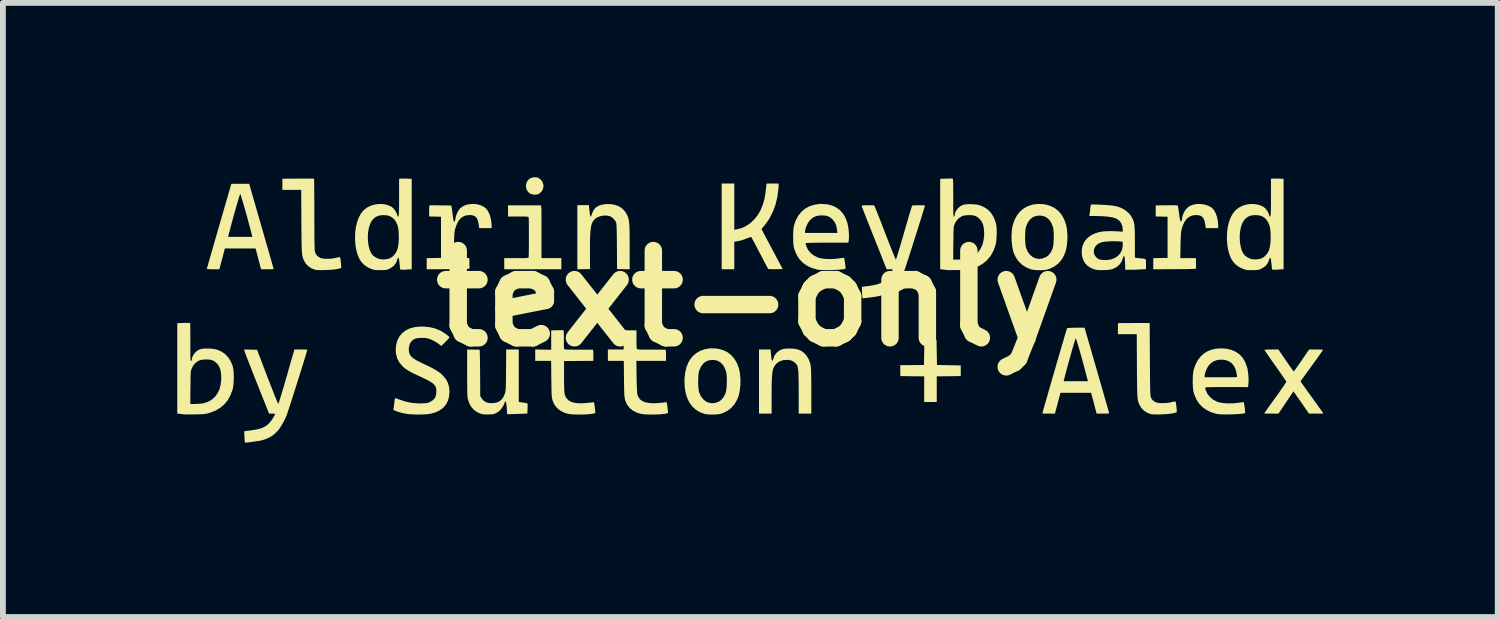
<source format=kicad_pcb>
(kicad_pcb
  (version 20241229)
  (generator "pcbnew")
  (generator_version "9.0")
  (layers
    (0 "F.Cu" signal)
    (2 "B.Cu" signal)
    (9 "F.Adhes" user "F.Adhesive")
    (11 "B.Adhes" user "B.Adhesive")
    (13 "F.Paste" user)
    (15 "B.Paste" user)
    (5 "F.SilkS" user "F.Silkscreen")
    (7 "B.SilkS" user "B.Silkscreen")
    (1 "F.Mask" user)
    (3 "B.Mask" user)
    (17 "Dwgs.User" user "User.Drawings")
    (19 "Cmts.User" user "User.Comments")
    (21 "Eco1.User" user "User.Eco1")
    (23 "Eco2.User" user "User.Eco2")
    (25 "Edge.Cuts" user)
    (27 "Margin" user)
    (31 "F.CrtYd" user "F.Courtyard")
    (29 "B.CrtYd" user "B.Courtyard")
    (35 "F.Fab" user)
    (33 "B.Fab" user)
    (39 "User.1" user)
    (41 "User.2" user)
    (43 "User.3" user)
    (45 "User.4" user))
  (footprint "text-only"
    (layer "F.Cu")
    (at 9.833 2.083)
    (property "Reference" "text-only" (at 0 0 0) (layer "F.SilkS") (effects (font (size 1.5 1.5) (thickness 0.3))))
    (attr board_only exclude_from_pos_files exclude_from_bom)
    (fp_poly (pts (xy -3.646 -2.081) (xy -3.618 -2.072) (xy -3.578 -2.042) (xy -3.549 -2.002) (xy -3.535 -1.955) (xy -3.533 -1.933) (xy -3.541 -1.884) (xy -3.564 -1.841) (xy -3.599 -1.807) (xy -3.618 -1.795) (xy -3.651 -1.785) (xy -3.692 -1.784) (xy -3.733 -1.791) (xy -3.762 -1.802) (xy -3.798 -1.831) (xy -3.821 -1.868) (xy -3.833 -1.91) (xy -3.833 -1.955) (xy -3.822 -1.997) (xy -3.799 -2.034) (xy -3.764 -2.063) (xy -3.762 -2.064) (xy -3.727 -2.078) (xy -3.686 -2.083)) (stroke (width 0) (type solid)) (fill yes) (layer "F.SilkS"))
    (fp_poly (pts (xy 3.125 0.707) (xy 3.229 0.707) (xy 3.233 0.927) (xy 3.237 1.146) (xy 3.442 1.15) (xy 3.646 1.154) (xy 3.646 1.246) (xy 3.646 1.337) (xy 3.44 1.34) (xy 3.233 1.342) (xy 3.233 1.563) (xy 3.233 1.783) (xy 3.125 1.783) (xy 3.017 1.783) (xy 3.017 1.563) (xy 3.017 1.342) (xy 2.812 1.34) (xy 2.607 1.337) (xy 2.606 1.244) (xy 2.604 1.15) (xy 2.808 1.148) (xy 3.013 1.146) (xy 3.017 0.926) (xy 3.021 0.706)) (stroke (width 0) (type solid)) (fill yes) (layer "F.SilkS"))
    (fp_poly (pts (xy -3.868 -1.6) (xy -3.802 -1.6) (xy -3.74 -1.6) (xy -3.685 -1.6) (xy -3.64 -1.6) (xy -3.606 -1.6) (xy -3.585 -1.6) (xy -3.579 -1.6) (xy -3.576 -1.599) (xy -3.574 -1.593) (xy -3.572 -1.582) (xy -3.571 -1.565) (xy -3.569 -1.54) (xy -3.568 -1.506) (xy -3.568 -1.461) (xy -3.567 -1.405) (xy -3.567 -1.337) (xy -3.567 -1.254) (xy -3.567 -1.156) (xy -3.567 -1.146) (xy -3.567 -0.692) (xy -3.396 -0.692) (xy -3.225 -0.692) (xy -3.225 -0.596) (xy -3.225 -0.5) (xy -3.717 -0.5) (xy -4.208 -0.5) (xy -4.208 -0.596) (xy -4.208 -0.692) (xy -4.001 -0.692) (xy -3.936 -0.692) (xy -3.885 -0.692) (xy -3.848 -0.693) (xy -3.821 -0.694) (xy -3.804 -0.697) (xy -3.794 -0.699) (xy -3.789 -0.703) (xy -3.789 -0.704) (xy -3.787 -0.716) (xy -3.786 -0.741) (xy -3.786 -0.779) (xy -3.785 -0.827) (xy -3.784 -0.883) (xy -3.784 -0.945) (xy -3.784 -1.01) (xy -3.784 -1.077) (xy -3.784 -1.142) (xy -3.784 -1.205) (xy -3.785 -1.262) (xy -3.785 -1.312) (xy -3.786 -1.352) (xy -3.787 -1.38) (xy -3.788 -1.395) (xy -3.789 -1.396) (xy -3.792 -1.4) (xy -3.801 -1.403) (xy -3.817 -1.406) (xy -3.843 -1.407) (xy -3.88 -1.408) (xy -3.93 -1.408) (xy -3.968 -1.408) (xy -4.142 -1.408) (xy -4.142 -1.479) (xy -4.143 -1.515) (xy -4.143 -1.548) (xy -4.144 -1.572) (xy -4.144 -1.575) (xy -4.145 -1.6)) (stroke (width 0) (type solid)) (fill yes) (layer "F.SilkS"))
    (fp_poly (pts (xy -2.371 -1.621) (xy -2.296 -1.607) (xy -2.229 -1.58) (xy -2.171 -1.54) (xy -2.125 -1.488) (xy -2.094 -1.436) (xy -2.085 -1.414) (xy -2.076 -1.391) (xy -2.07 -1.367) (xy -2.064 -1.34) (xy -2.06 -1.307) (xy -2.056 -1.268) (xy -2.054 -1.222) (xy -2.052 -1.165) (xy -2.051 -1.097) (xy -2.05 -1.016) (xy -2.05 -0.921) (xy -2.05 -0.882) (xy -2.05 -0.5) (xy -2.158 -0.502) (xy -2.267 -0.504) (xy -2.269 -0.887) (xy -2.27 -0.986) (xy -2.271 -1.068) (xy -2.272 -1.136) (xy -2.274 -1.191) (xy -2.275 -1.234) (xy -2.277 -1.266) (xy -2.28 -1.289) (xy -2.282 -1.303) (xy -2.283 -1.304) (xy -2.3 -1.338) (xy -2.328 -1.371) (xy -2.36 -1.398) (xy -2.393 -1.415) (xy -2.396 -1.416) (xy -2.452 -1.425) (xy -2.51 -1.423) (xy -2.566 -1.411) (xy -2.615 -1.389) (xy -2.642 -1.37) (xy -2.662 -1.35) (xy -2.678 -1.329) (xy -2.693 -1.304) (xy -2.704 -1.275) (xy -2.713 -1.24) (xy -2.72 -1.197) (xy -2.726 -1.146) (xy -2.729 -1.084) (xy -2.732 -1.01) (xy -2.733 -0.922) (xy -2.733 -0.82) (xy -2.733 -0.792) (xy -2.732 -0.504) (xy -2.841 -0.502) (xy -2.95 -0.5) (xy -2.95 -1.052) (xy -2.95 -1.604) (xy -2.85 -1.604) (xy -2.751 -1.604) (xy -2.746 -1.55) (xy -2.74 -1.493) (xy -2.735 -1.451) (xy -2.73 -1.423) (xy -2.725 -1.408) (xy -2.722 -1.405) (xy -2.716 -1.412) (xy -2.707 -1.431) (xy -2.697 -1.458) (xy -2.696 -1.462) (xy -2.672 -1.516) (xy -2.638 -1.558) (xy -2.592 -1.589) (xy -2.535 -1.61) (xy -2.465 -1.621) (xy -2.454 -1.622)) (stroke (width 0) (type solid)) (fill yes) (layer "F.SilkS"))
    (fp_poly (pts (xy 0.436 -1.976) (xy 0.469 -1.976) (xy 0.495 -1.975) (xy 0.51 -1.974) (xy 0.512 -1.974) (xy 0.513 -1.964) (xy 0.513 -1.942) (xy 0.511 -1.909) (xy 0.508 -1.87) (xy 0.507 -1.866) (xy 0.489 -1.733) (xy 0.457 -1.606) (xy 0.412 -1.486) (xy 0.355 -1.375) (xy 0.286 -1.275) (xy 0.268 -1.253) (xy 0.217 -1.193) (xy 0.4 -0.848) (xy 0.583 -0.504) (xy 0.461 -0.502) (xy 0.417 -0.501) (xy 0.38 -0.502) (xy 0.351 -0.503) (xy 0.335 -0.505) (xy 0.333 -0.506) (xy 0.328 -0.515) (xy 0.316 -0.536) (xy 0.298 -0.57) (xy 0.275 -0.613) (xy 0.249 -0.663) (xy 0.219 -0.721) (xy 0.187 -0.781) (xy 0.155 -0.843) (xy 0.125 -0.9) (xy 0.099 -0.951) (xy 0.076 -0.993) (xy 0.058 -1.026) (xy 0.046 -1.047) (xy 0.04 -1.055) (xy 0.03 -1.054) (xy 0.008 -1.047) (xy -0.021 -1.037) (xy -0.036 -1.031) (xy -0.088 -1.011) (xy -0.137 -0.996) (xy -0.191 -0.984) (xy -0.219 -0.979) (xy -0.25 -0.974) (xy -0.25 -0.737) (xy -0.25 -0.5) (xy -0.358 -0.5) (xy -0.467 -0.5) (xy -0.467 -1.238) (xy -0.467 -1.975) (xy -0.358 -1.975) (xy -0.25 -1.975) (xy -0.25 -1.578) (xy -0.25 -1.181) (xy -0.211 -1.187) (xy -0.127 -1.208) (xy -0.048 -1.244) (xy 0.026 -1.294) (xy 0.093 -1.358) (xy 0.153 -1.433) (xy 0.203 -1.519) (xy 0.221 -1.56) (xy 0.249 -1.638) (xy 0.272 -1.727) (xy 0.288 -1.822) (xy 0.293 -1.866) (xy 0.297 -1.906) (xy 0.3 -1.939) (xy 0.303 -1.963) (xy 0.305 -1.973) (xy 0.305 -1.973) (xy 0.313 -1.975) (xy 0.335 -1.976) (xy 0.365 -1.976) (xy 0.4 -1.976)) (stroke (width 0) (type solid)) (fill yes) (layer "F.SilkS"))
    (fp_poly (pts (xy 0.708 0.863) (xy 0.782 0.867) (xy 0.843 0.879) (xy 0.895 0.9) (xy 0.941 0.931) (xy 0.983 0.974) (xy 0.988 0.98) (xy 1.027 1.042) (xy 1.055 1.115) (xy 1.066 1.168) (xy 1.068 1.189) (xy 1.07 1.224) (xy 1.072 1.272) (xy 1.073 1.332) (xy 1.074 1.401) (xy 1.075 1.479) (xy 1.075 1.562) (xy 1.075 1.602) (xy 1.075 1.983) (xy 0.967 1.983) (xy 0.858 1.983) (xy 0.858 1.648) (xy 0.858 1.547) (xy 0.857 1.46) (xy 0.856 1.388) (xy 0.855 1.328) (xy 0.853 1.279) (xy 0.85 1.24) (xy 0.846 1.208) (xy 0.841 1.183) (xy 0.835 1.163) (xy 0.827 1.147) (xy 0.817 1.133) (xy 0.806 1.12) (xy 0.797 1.112) (xy 0.763 1.084) (xy 0.724 1.067) (xy 0.676 1.059) (xy 0.649 1.058) (xy 0.583 1.065) (xy 0.526 1.086) (xy 0.478 1.119) (xy 0.441 1.166) (xy 0.429 1.188) (xy 0.42 1.209) (xy 0.413 1.234) (xy 0.407 1.264) (xy 0.402 1.3) (xy 0.399 1.344) (xy 0.396 1.397) (xy 0.394 1.462) (xy 0.393 1.54) (xy 0.392 1.632) (xy 0.392 1.69) (xy 0.392 1.983) (xy 0.283 1.983) (xy 0.175 1.983) (xy 0.175 1.431) (xy 0.175 0.879) (xy 0.274 0.879) (xy 0.374 0.879) (xy 0.378 0.925) (xy 0.382 0.96) (xy 0.386 1.001) (xy 0.388 1.023) (xy 0.393 1.054) (xy 0.399 1.072) (xy 0.404 1.075) (xy 0.411 1.068) (xy 0.42 1.048) (xy 0.428 1.023) (xy 0.44 0.988) (xy 0.457 0.961) (xy 0.482 0.933) (xy 0.483 0.932) (xy 0.516 0.905) (xy 0.55 0.885) (xy 0.589 0.872) (xy 0.637 0.865) (xy 0.697 0.863)) (stroke (width 0) (type solid)) (fill yes) (layer "F.SilkS"))
    (fp_poly (pts (xy 6.9 1.051) (xy 6.901 1.17) (xy 6.902 1.273) (xy 6.902 1.362) (xy 6.903 1.437) (xy 6.904 1.501) (xy 6.905 1.553) (xy 6.906 1.596) (xy 6.908 1.629) (xy 6.909 1.656) (xy 6.911 1.675) (xy 6.913 1.69) (xy 6.915 1.7) (xy 6.917 1.707) (xy 6.918 1.708) (xy 6.944 1.748) (xy 6.982 1.778) (xy 7.004 1.789) (xy 7.036 1.797) (xy 7.079 1.802) (xy 7.13 1.803) (xy 7.184 1.8) (xy 7.236 1.794) (xy 7.275 1.785) (xy 7.305 1.778) (xy 7.329 1.775) (xy 7.341 1.775) (xy 7.342 1.776) (xy 7.346 1.789) (xy 7.35 1.813) (xy 7.354 1.844) (xy 7.358 1.878) (xy 7.361 1.911) (xy 7.362 1.938) (xy 7.362 1.955) (xy 7.361 1.959) (xy 7.35 1.964) (xy 7.327 1.97) (xy 7.297 1.978) (xy 7.292 1.979) (xy 7.26 1.984) (xy 7.217 1.989) (xy 7.166 1.993) (xy 7.112 1.995) (xy 7.058 1.997) (xy 7.007 1.997) (xy 6.963 1.996) (xy 6.929 1.994) (xy 6.915 1.991) (xy 6.855 1.969) (xy 6.801 1.934) (xy 6.756 1.89) (xy 6.725 1.839) (xy 6.724 1.838) (xy 6.716 1.819) (xy 6.708 1.801) (xy 6.702 1.783) (xy 6.697 1.765) (xy 6.692 1.744) (xy 6.689 1.72) (xy 6.686 1.69) (xy 6.684 1.654) (xy 6.682 1.61) (xy 6.681 1.557) (xy 6.68 1.493) (xy 6.679 1.418) (xy 6.678 1.329) (xy 6.677 1.226) (xy 6.677 1.16) (xy 6.674 0.617) (xy 6.512 0.617) (xy 6.35 0.617) (xy 6.35 0.521) (xy 6.35 0.479) (xy 6.351 0.452) (xy 6.353 0.435) (xy 6.357 0.427) (xy 6.363 0.425) (xy 6.365 0.425) (xy 6.376 0.425) (xy 6.403 0.425) (xy 6.441 0.425) (xy 6.49 0.425) (xy 6.547 0.425) (xy 6.609 0.424) (xy 6.638 0.424) (xy 6.896 0.424)) (stroke (width 0) (type solid)) (fill yes) (layer "F.SilkS"))
    (fp_poly (pts (xy -0.577 0.861) (xy -0.513 0.87) (xy -0.433 0.894) (xy -0.36 0.931) (xy -0.297 0.982) (xy -0.244 1.046) (xy -0.201 1.121) (xy -0.17 1.207) (xy -0.166 1.221) (xy -0.151 1.302) (xy -0.144 1.392) (xy -0.145 1.486) (xy -0.154 1.576) (xy -0.17 1.659) (xy -0.172 1.667) (xy -0.204 1.749) (xy -0.247 1.822) (xy -0.302 1.885) (xy -0.368 1.935) (xy -0.442 1.972) (xy -0.489 1.988) (xy -0.527 1.994) (xy -0.575 1.998) (xy -0.629 1.999) (xy -0.682 1.998) (xy -0.73 1.994) (xy -0.764 1.987) (xy -0.844 1.958) (xy -0.913 1.915) (xy -0.973 1.86) (xy -1.022 1.793) (xy -1.06 1.715) (xy -1.087 1.626) (xy -1.103 1.527) (xy -1.106 1.447) (xy -0.872 1.447) (xy -0.87 1.501) (xy -0.866 1.551) (xy -0.861 1.592) (xy -0.855 1.617) (xy -0.826 1.681) (xy -0.788 1.733) (xy -0.743 1.771) (xy -0.692 1.795) (xy -0.637 1.805) (xy -0.578 1.799) (xy -0.518 1.777) (xy -0.517 1.777) (xy -0.474 1.746) (xy -0.436 1.702) (xy -0.407 1.646) (xy -0.395 1.613) (xy -0.388 1.58) (xy -0.383 1.534) (xy -0.38 1.481) (xy -0.378 1.424) (xy -0.379 1.369) (xy -0.382 1.319) (xy -0.387 1.278) (xy -0.391 1.262) (xy -0.417 1.193) (xy -0.451 1.138) (xy -0.494 1.098) (xy -0.545 1.071) (xy -0.604 1.059) (xy -0.625 1.059) (xy -0.687 1.066) (xy -0.741 1.088) (xy -0.786 1.124) (xy -0.823 1.174) (xy -0.852 1.239) (xy -0.859 1.262) (xy -0.865 1.295) (xy -0.869 1.339) (xy -0.871 1.391) (xy -0.872 1.447) (xy -1.106 1.447) (xy -1.107 1.418) (xy -1.106 1.379) (xy -1.095 1.276) (xy -1.073 1.184) (xy -1.041 1.104) (xy -0.998 1.034) (xy -0.966 0.996) (xy -0.904 0.942) (xy -0.833 0.901) (xy -0.754 0.874) (xy -0.668 0.86)) (stroke (width 0) (type solid)) (fill yes) (layer "F.SilkS"))
    (fp_poly (pts (xy -7.525 -2.06) (xy -7.506 -2.06) (xy -7.493 -2.06) (xy -7.485 -2.06) (xy -7.481 -2.059) (xy -7.48 -2.051) (xy -7.479 -2.027) (xy -7.478 -1.99) (xy -7.478 -1.939) (xy -7.477 -1.877) (xy -7.476 -1.806) (xy -7.476 -1.725) (xy -7.475 -1.637) (xy -7.475 -1.542) (xy -7.475 -1.455) (xy -7.475 -1.318) (xy -7.474 -1.198) (xy -7.474 -1.094) (xy -7.473 -1.006) (xy -7.472 -0.934) (xy -7.47 -0.879) (xy -7.469 -0.839) (xy -7.467 -0.814) (xy -7.466 -0.808) (xy -7.448 -0.76) (xy -7.416 -0.723) (xy -7.373 -0.696) (xy -7.368 -0.694) (xy -7.331 -0.685) (xy -7.282 -0.68) (xy -7.227 -0.68) (xy -7.17 -0.685) (xy -7.116 -0.694) (xy -7.1 -0.698) (xy -7.069 -0.705) (xy -7.046 -0.709) (xy -7.033 -0.708) (xy -7.033 -0.707) (xy -7.029 -0.695) (xy -7.025 -0.671) (xy -7.021 -0.64) (xy -7.017 -0.605) (xy -7.015 -0.573) (xy -7.013 -0.545) (xy -7.013 -0.528) (xy -7.014 -0.524) (xy -7.025 -0.519) (xy -7.048 -0.513) (xy -7.078 -0.505) (xy -7.083 -0.504) (xy -7.115 -0.499) (xy -7.158 -0.494) (xy -7.209 -0.491) (xy -7.263 -0.488) (xy -7.317 -0.486) (xy -7.368 -0.486) (xy -7.412 -0.487) (xy -7.446 -0.489) (xy -7.46 -0.492) (xy -7.52 -0.514) (xy -7.574 -0.549) (xy -7.619 -0.593) (xy -7.65 -0.644) (xy -7.651 -0.645) (xy -7.659 -0.665) (xy -7.667 -0.682) (xy -7.673 -0.7) (xy -7.678 -0.718) (xy -7.683 -0.739) (xy -7.686 -0.764) (xy -7.689 -0.794) (xy -7.691 -0.83) (xy -7.693 -0.874) (xy -7.694 -0.927) (xy -7.695 -0.99) (xy -7.696 -1.066) (xy -7.697 -1.154) (xy -7.698 -1.257) (xy -7.698 -1.323) (xy -7.701 -1.867) (xy -7.863 -1.867) (xy -8.025 -1.867) (xy -8.025 -1.962) (xy -8.025 -2.058) (xy -7.777 -2.06) (xy -7.7 -2.06) (xy -7.638 -2.06) (xy -7.589 -2.06) (xy -7.552 -2.06)) (stroke (width 0) (type solid)) (fill yes) (layer "F.SilkS"))
    (fp_poly (pts (xy 5.06 -1.621) (xy 5.112 -1.613) (xy 5.192 -1.589) (xy 5.265 -1.552) (xy 5.328 -1.501) (xy 5.381 -1.438) (xy 5.424 -1.362) (xy 5.455 -1.276) (xy 5.459 -1.262) (xy 5.474 -1.181) (xy 5.481 -1.091) (xy 5.48 -0.998) (xy 5.471 -0.907) (xy 5.455 -0.825) (xy 5.453 -0.817) (xy 5.421 -0.734) (xy 5.378 -0.66) (xy 5.322 -0.598) (xy 5.257 -0.548) (xy 5.182 -0.511) (xy 5.136 -0.496) (xy 5.091 -0.488) (xy 5.036 -0.484) (xy 4.977 -0.484) (xy 4.921 -0.488) (xy 4.872 -0.495) (xy 4.854 -0.499) (xy 4.774 -0.531) (xy 4.704 -0.576) (xy 4.644 -0.633) (xy 4.595 -0.702) (xy 4.558 -0.782) (xy 4.547 -0.817) (xy 4.53 -0.898) (xy 4.521 -0.988) (xy 4.52 -1.037) (xy 4.753 -1.037) (xy 4.755 -0.982) (xy 4.759 -0.932) (xy 4.764 -0.891) (xy 4.77 -0.867) (xy 4.799 -0.802) (xy 4.837 -0.75) (xy 4.882 -0.712) (xy 4.933 -0.688) (xy 4.988 -0.679) (xy 5.047 -0.685) (xy 5.107 -0.707) (xy 5.108 -0.707) (xy 5.151 -0.737) (xy 5.189 -0.782) (xy 5.218 -0.837) (xy 5.23 -0.87) (xy 5.237 -0.904) (xy 5.242 -0.949) (xy 5.245 -1.002) (xy 5.247 -1.059) (xy 5.246 -1.114) (xy 5.243 -1.165) (xy 5.238 -1.205) (xy 5.234 -1.221) (xy 5.208 -1.29) (xy 5.174 -1.345) (xy 5.131 -1.386) (xy 5.08 -1.412) (xy 5.021 -1.424) (xy 5 -1.425) (xy 4.938 -1.417) (xy 4.884 -1.396) (xy 4.839 -1.359) (xy 4.802 -1.309) (xy 4.773 -1.244) (xy 4.766 -1.221) (xy 4.76 -1.188) (xy 4.756 -1.144) (xy 4.754 -1.092) (xy 4.753 -1.037) (xy 4.52 -1.037) (xy 4.519 -1.081) (xy 4.525 -1.172) (xy 4.539 -1.254) (xy 4.541 -1.262) (xy 4.572 -1.351) (xy 4.614 -1.429) (xy 4.666 -1.494) (xy 4.729 -1.547) (xy 4.8 -1.586) (xy 4.88 -1.612) (xy 4.967 -1.624)) (stroke (width 0) (type solid)) (fill yes) (layer "F.SilkS"))
    (fp_poly (pts (xy -8.386 -1.242) (xy -8.355 -1.135) (xy -8.326 -1.033) (xy -8.298 -0.936) (xy -8.272 -0.847) (xy -8.249 -0.765) (xy -8.228 -0.693) (xy -8.21 -0.63) (xy -8.196 -0.579) (xy -8.185 -0.541) (xy -8.178 -0.516) (xy -8.175 -0.506) (xy -8.175 -0.506) (xy -8.183 -0.504) (xy -8.204 -0.502) (xy -8.236 -0.501) (xy -8.275 -0.5) (xy -8.283 -0.5) (xy -8.391 -0.5) (xy -8.398 -0.527) (xy -8.403 -0.544) (xy -8.411 -0.573) (xy -8.421 -0.613) (xy -8.433 -0.659) (xy -8.446 -0.706) (xy -8.486 -0.858) (xy -8.75 -0.858) (xy -9.014 -0.858) (xy -9.054 -0.706) (xy -9.067 -0.656) (xy -9.08 -0.61) (xy -9.09 -0.571) (xy -9.098 -0.542) (xy -9.102 -0.527) (xy -9.109 -0.5) (xy -9.217 -0.5) (xy -9.257 -0.5) (xy -9.291 -0.502) (xy -9.314 -0.504) (xy -9.325 -0.506) (xy -9.325 -0.506) (xy -9.323 -0.515) (xy -9.316 -0.539) (xy -9.305 -0.576) (xy -9.291 -0.626) (xy -9.274 -0.687) (xy -9.253 -0.759) (xy -9.23 -0.84) (xy -9.204 -0.929) (xy -9.177 -1.025) (xy -9.167 -1.058) (xy -8.959 -1.058) (xy -8.75 -1.058) (xy -8.541 -1.058) (xy -8.547 -1.079) (xy -8.562 -1.14) (xy -8.58 -1.207) (xy -8.599 -1.278) (xy -8.618 -1.35) (xy -8.638 -1.423) (xy -8.658 -1.494) (xy -8.677 -1.561) (xy -8.695 -1.624) (xy -8.712 -1.679) (xy -8.726 -1.726) (xy -8.737 -1.762) (xy -8.745 -1.786) (xy -8.75 -1.796) (xy -8.75 -1.796) (xy -8.754 -1.788) (xy -8.762 -1.766) (xy -8.773 -1.731) (xy -8.787 -1.686) (xy -8.803 -1.631) (xy -8.821 -1.569) (xy -8.84 -1.502) (xy -8.86 -1.431) (xy -8.88 -1.357) (xy -8.9 -1.284) (xy -8.919 -1.212) (xy -8.937 -1.143) (xy -8.953 -1.079) (xy -8.954 -1.077) (xy -8.959 -1.058) (xy -9.167 -1.058) (xy -9.147 -1.127) (xy -9.117 -1.233) (xy -9.114 -1.242) (xy -8.903 -1.971) (xy -8.75 -1.971) (xy -8.596 -1.971)) (stroke (width 0) (type solid)) (fill yes) (layer "F.SilkS"))
    (fp_poly (pts (xy 7.836 -1.615) (xy 7.895 -1.597) (xy 7.947 -1.571) (xy 7.988 -1.536) (xy 8.003 -1.518) (xy 8.031 -1.466) (xy 8.054 -1.402) (xy 8.069 -1.331) (xy 8.075 -1.258) (xy 8.075 -1.252) (xy 8.075 -1.208) (xy 7.968 -1.208) (xy 7.862 -1.208) (xy 7.852 -1.276) (xy 7.84 -1.333) (xy 7.822 -1.376) (xy 7.797 -1.406) (xy 7.764 -1.424) (xy 7.719 -1.433) (xy 7.696 -1.433) (xy 7.635 -1.427) (xy 7.582 -1.406) (xy 7.537 -1.372) (xy 7.499 -1.323) (xy 7.469 -1.26) (xy 7.445 -1.183) (xy 7.44 -1.159) (xy 7.436 -1.13) (xy 7.433 -1.094) (xy 7.431 -1.05) (xy 7.429 -0.994) (xy 7.427 -0.925) (xy 7.427 -0.906) (xy 7.423 -0.692) (xy 7.558 -0.692) (xy 7.692 -0.692) (xy 7.693 -0.615) (xy 7.694 -0.579) (xy 7.694 -0.547) (xy 7.695 -0.526) (xy 7.695 -0.521) (xy 7.695 -0.517) (xy 7.693 -0.514) (xy 7.688 -0.511) (xy 7.678 -0.509) (xy 7.662 -0.507) (xy 7.638 -0.506) (xy 7.606 -0.505) (xy 7.563 -0.504) (xy 7.509 -0.503) (xy 7.441 -0.503) (xy 7.358 -0.502) (xy 7.327 -0.502) (xy 6.958 -0.5) (xy 6.958 -0.596) (xy 6.958 -0.691) (xy 7.081 -0.694) (xy 7.204 -0.696) (xy 7.204 -1.05) (xy 7.204 -1.404) (xy 7.102 -1.407) (xy 7 -1.409) (xy 7 -1.504) (xy 7 -1.599) (xy 7.184 -1.602) (xy 7.238 -1.602) (xy 7.287 -1.602) (xy 7.327 -1.602) (xy 7.357 -1.601) (xy 7.374 -1.6) (xy 7.377 -1.599) (xy 7.38 -1.589) (xy 7.386 -1.566) (xy 7.392 -1.532) (xy 7.398 -1.49) (xy 7.402 -1.459) (xy 7.409 -1.408) (xy 7.415 -1.372) (xy 7.42 -1.347) (xy 7.424 -1.333) (xy 7.429 -1.326) (xy 7.434 -1.325) (xy 7.443 -1.329) (xy 7.449 -1.344) (xy 7.452 -1.369) (xy 7.465 -1.429) (xy 7.489 -1.485) (xy 7.522 -1.535) (xy 7.562 -1.573) (xy 7.589 -1.59) (xy 7.646 -1.612) (xy 7.709 -1.623) (xy 7.773 -1.623)) (stroke (width 0) (type solid)) (fill yes) (layer "F.SilkS"))
    (fp_poly (pts (xy -4.673 -1.618) (xy -4.612 -1.601) (xy -4.557 -1.574) (xy -4.519 -1.543) (xy -4.489 -1.503) (xy -4.463 -1.451) (xy -4.443 -1.389) (xy -4.43 -1.322) (xy -4.425 -1.252) (xy -4.425 -1.208) (xy -4.532 -1.208) (xy -4.638 -1.208) (xy -4.648 -1.276) (xy -4.66 -1.333) (xy -4.678 -1.376) (xy -4.703 -1.406) (xy -4.736 -1.424) (xy -4.781 -1.433) (xy -4.804 -1.433) (xy -4.865 -1.427) (xy -4.918 -1.406) (xy -4.963 -1.372) (xy -5.001 -1.323) (xy -5.031 -1.26) (xy -5.055 -1.183) (xy -5.06 -1.159) (xy -5.064 -1.13) (xy -5.067 -1.094) (xy -5.069 -1.05) (xy -5.071 -0.994) (xy -5.073 -0.925) (xy -5.073 -0.906) (xy -5.077 -0.692) (xy -4.942 -0.692) (xy -4.808 -0.692) (xy -4.807 -0.613) (xy -4.807 -0.576) (xy -4.806 -0.545) (xy -4.805 -0.524) (xy -4.805 -0.519) (xy -4.806 -0.515) (xy -4.809 -0.512) (xy -4.817 -0.51) (xy -4.829 -0.508) (xy -4.849 -0.507) (xy -4.878 -0.505) (xy -4.916 -0.504) (xy -4.966 -0.504) (xy -5.028 -0.503) (xy -5.104 -0.502) (xy -5.173 -0.502) (xy -5.542 -0.5) (xy -5.542 -0.596) (xy -5.542 -0.691) (xy -5.419 -0.694) (xy -5.296 -0.696) (xy -5.296 -1.05) (xy -5.296 -1.404) (xy -5.398 -1.407) (xy -5.5 -1.409) (xy -5.5 -1.504) (xy -5.5 -1.546) (xy -5.499 -1.573) (xy -5.497 -1.59) (xy -5.493 -1.598) (xy -5.487 -1.6) (xy -5.485 -1.6) (xy -5.457 -1.601) (xy -5.42 -1.601) (xy -5.376 -1.601) (xy -5.327 -1.6) (xy -5.278 -1.6) (xy -5.231 -1.599) (xy -5.189 -1.599) (xy -5.154 -1.598) (xy -5.13 -1.597) (xy -5.119 -1.596) (xy -5.118 -1.596) (xy -5.116 -1.587) (xy -5.113 -1.565) (xy -5.108 -1.531) (xy -5.102 -1.49) (xy -5.099 -1.465) (xy -5.092 -1.412) (xy -5.087 -1.374) (xy -5.082 -1.347) (xy -5.079 -1.331) (xy -5.075 -1.322) (xy -5.071 -1.32) (xy -5.066 -1.321) (xy -5.064 -1.321) (xy -5.056 -1.333) (xy -5.049 -1.357) (xy -5.048 -1.372) (xy -5.038 -1.417) (xy -5.02 -1.465) (xy -4.996 -1.51) (xy -4.97 -1.545) (xy -4.967 -1.548) (xy -4.921 -1.583) (xy -4.865 -1.608) (xy -4.803 -1.621) (xy -4.738 -1.625)) (stroke (width 0) (type solid)) (fill yes) (layer "F.SilkS"))
    (fp_poly (pts (xy -3.958 1.33) (xy -3.958 1.782) (xy -3.898 1.791) (xy -3.866 1.796) (xy -3.838 1.801) (xy -3.821 1.804) (xy -3.821 1.804) (xy -3.813 1.807) (xy -3.809 1.813) (xy -3.806 1.826) (xy -3.806 1.849) (xy -3.807 1.885) (xy -3.807 1.893) (xy -3.808 1.929) (xy -3.81 1.958) (xy -3.811 1.976) (xy -3.811 1.981) (xy -3.82 1.982) (xy -3.842 1.983) (xy -3.877 1.984) (xy -3.92 1.986) (xy -3.97 1.988) (xy -3.985 1.988) (xy -4.157 1.994) (xy -4.162 1.928) (xy -4.166 1.874) (xy -4.17 1.834) (xy -4.174 1.806) (xy -4.177 1.789) (xy -4.181 1.779) (xy -4.185 1.775) (xy -4.188 1.775) (xy -4.199 1.782) (xy -4.2 1.788) (xy -4.205 1.807) (xy -4.217 1.835) (xy -4.235 1.866) (xy -4.255 1.896) (xy -4.274 1.919) (xy -4.3 1.943) (xy -4.332 1.965) (xy -4.346 1.973) (xy -4.367 1.983) (xy -4.387 1.99) (xy -4.411 1.994) (xy -4.444 1.996) (xy -4.479 1.997) (xy -4.535 1.997) (xy -4.579 1.994) (xy -4.605 1.988) (xy -4.674 1.958) (xy -4.731 1.917) (xy -4.777 1.865) (xy -4.812 1.8) (xy -4.834 1.733) (xy -4.837 1.719) (xy -4.839 1.698) (xy -4.841 1.671) (xy -4.843 1.635) (xy -4.844 1.589) (xy -4.845 1.532) (xy -4.845 1.462) (xy -4.846 1.378) (xy -4.846 1.284) (xy -4.846 0.88) (xy -4.742 0.881) (xy -4.702 0.882) (xy -4.668 0.882) (xy -4.643 0.883) (xy -4.632 0.883) (xy -4.631 0.883) (xy -4.63 0.891) (xy -4.629 0.914) (xy -4.628 0.951) (xy -4.627 0.999) (xy -4.625 1.058) (xy -4.625 1.125) (xy -4.624 1.199) (xy -4.623 1.279) (xy -4.623 1.282) (xy -4.621 1.68) (xy -4.596 1.721) (xy -4.565 1.759) (xy -4.525 1.785) (xy -4.475 1.8) (xy -4.425 1.803) (xy -4.36 1.798) (xy -4.305 1.78) (xy -4.26 1.748) (xy -4.225 1.703) (xy -4.199 1.645) (xy -4.194 1.63) (xy -4.191 1.616) (xy -4.187 1.6) (xy -4.185 1.582) (xy -4.183 1.558) (xy -4.181 1.528) (xy -4.18 1.49) (xy -4.179 1.441) (xy -4.178 1.381) (xy -4.178 1.307) (xy -4.177 1.233) (xy -4.174 0.879) (xy -4.066 0.879) (xy -3.958 0.879)) (stroke (width 0) (type solid)) (fill yes) (layer "F.SilkS"))
    (fp_poly (pts (xy -3.187 0.552) (xy -3.184 0.57) (xy -3.183 0.602) (xy -3.182 0.648) (xy -3.182 0.702) (xy -3.182 0.752) (xy -3.182 0.797) (xy -3.181 0.833) (xy -3.18 0.859) (xy -3.178 0.87) (xy -3.175 0.874) (xy -3.166 0.877) (xy -3.151 0.879) (xy -3.128 0.881) (xy -3.094 0.882) (xy -3.048 0.882) (xy -2.989 0.883) (xy -2.939 0.883) (xy -2.877 0.883) (xy -2.821 0.883) (xy -2.772 0.883) (xy -2.732 0.883) (xy -2.704 0.883) (xy -2.69 0.883) (xy -2.69 0.883) (xy -2.683 0.885) (xy -2.679 0.891) (xy -2.677 0.906) (xy -2.675 0.931) (xy -2.675 0.969) (xy -2.675 0.979) (xy -2.675 1.075) (xy -2.927 1.077) (xy -3.179 1.079) (xy -3.179 1.329) (xy -3.179 1.413) (xy -3.178 1.482) (xy -3.177 1.538) (xy -3.175 1.582) (xy -3.172 1.618) (xy -3.168 1.646) (xy -3.162 1.668) (xy -3.155 1.687) (xy -3.146 1.704) (xy -3.139 1.714) (xy -3.108 1.749) (xy -3.068 1.775) (xy -3.018 1.793) (xy -2.955 1.803) (xy -2.88 1.805) (xy -2.8 1.801) (xy -2.757 1.797) (xy -2.72 1.793) (xy -2.692 1.79) (xy -2.675 1.787) (xy -2.674 1.787) (xy -2.669 1.786) (xy -2.665 1.788) (xy -2.662 1.795) (xy -2.659 1.809) (xy -2.655 1.832) (xy -2.651 1.866) (xy -2.645 1.912) (xy -2.639 1.967) (xy -2.646 1.974) (xy -2.667 1.981) (xy -2.7 1.987) (xy -2.743 1.992) (xy -2.792 1.996) (xy -2.846 1.998) (xy -2.901 1.999) (xy -2.957 1.999) (xy -3.009 1.997) (xy -3.057 1.994) (xy -3.096 1.989) (xy -3.108 1.987) (xy -3.18 1.965) (xy -3.243 1.932) (xy -3.297 1.889) (xy -3.337 1.839) (xy -3.348 1.82) (xy -3.36 1.797) (xy -3.369 1.776) (xy -3.377 1.754) (xy -3.383 1.731) (xy -3.387 1.704) (xy -3.391 1.671) (xy -3.393 1.63) (xy -3.395 1.579) (xy -3.396 1.517) (xy -3.397 1.441) (xy -3.398 1.385) (xy -3.401 1.075) (xy -3.538 1.075) (xy -3.675 1.075) (xy -3.675 0.977) (xy -3.675 0.879) (xy -3.538 0.882) (xy -3.4 0.884) (xy -3.4 0.717) (xy -3.4 0.55) (xy -3.3 0.549) (xy -3.26 0.548) (xy -3.226 0.548) (xy -3.202 0.547) (xy -3.191 0.547)) (stroke (width 0) (type solid)) (fill yes) (layer "F.SilkS"))
    (fp_poly (pts (xy -2.137 0.545) (xy -2.123 0.547) (xy -2.097 0.549) (xy -2.063 0.55) (xy -2.028 0.55) (xy -1.933 0.55) (xy -1.933 0.698) (xy -1.933 0.747) (xy -1.932 0.791) (xy -1.931 0.828) (xy -1.93 0.853) (xy -1.928 0.864) (xy -1.927 0.869) (xy -1.923 0.873) (xy -1.917 0.876) (xy -1.905 0.878) (xy -1.886 0.88) (xy -1.858 0.881) (xy -1.819 0.882) (xy -1.768 0.882) (xy -1.703 0.882) (xy -1.68 0.882) (xy -1.618 0.882) (xy -1.562 0.883) (xy -1.513 0.883) (xy -1.473 0.883) (xy -1.446 0.883) (xy -1.432 0.883) (xy -1.431 0.883) (xy -1.429 0.891) (xy -1.427 0.912) (xy -1.425 0.944) (xy -1.425 0.979) (xy -1.425 1.075) (xy -1.68 1.075) (xy -1.935 1.075) (xy -1.931 1.348) (xy -1.93 1.415) (xy -1.928 1.479) (xy -1.926 1.536) (xy -1.924 1.584) (xy -1.921 1.622) (xy -1.919 1.646) (xy -1.918 1.654) (xy -1.898 1.702) (xy -1.868 1.741) (xy -1.825 1.771) (xy -1.77 1.791) (xy -1.702 1.802) (xy -1.621 1.805) (xy -1.546 1.8) (xy -1.504 1.796) (xy -1.468 1.793) (xy -1.44 1.789) (xy -1.425 1.787) (xy -1.424 1.787) (xy -1.419 1.786) (xy -1.415 1.788) (xy -1.412 1.795) (xy -1.409 1.809) (xy -1.405 1.832) (xy -1.401 1.866) (xy -1.395 1.912) (xy -1.389 1.967) (xy -1.396 1.974) (xy -1.417 1.981) (xy -1.45 1.987) (xy -1.493 1.992) (xy -1.542 1.996) (xy -1.596 1.998) (xy -1.651 1.999) (xy -1.707 1.999) (xy -1.759 1.997) (xy -1.807 1.994) (xy -1.846 1.989) (xy -1.858 1.987) (xy -1.93 1.965) (xy -1.993 1.932) (xy -2.047 1.889) (xy -2.087 1.839) (xy -2.098 1.82) (xy -2.11 1.797) (xy -2.119 1.776) (xy -2.127 1.754) (xy -2.133 1.731) (xy -2.137 1.704) (xy -2.141 1.671) (xy -2.143 1.63) (xy -2.145 1.579) (xy -2.146 1.517) (xy -2.147 1.441) (xy -2.148 1.385) (xy -2.151 1.075) (xy -2.288 1.075) (xy -2.425 1.075) (xy -2.425 0.977) (xy -2.425 0.879) (xy -2.29 0.879) (xy -2.154 0.879) (xy -2.152 0.71) (xy -2.151 0.652) (xy -2.15 0.609) (xy -2.149 0.579) (xy -2.147 0.56) (xy -2.144 0.549) (xy -2.14 0.545)) (stroke (width 0) (type solid)) (fill yes) (layer "F.SilkS"))
    (fp_poly (pts (xy 1.349 -1.618) (xy 1.432 -1.597) (xy 1.506 -1.563) (xy 1.569 -1.516) (xy 1.622 -1.456) (xy 1.664 -1.385) (xy 1.695 -1.301) (xy 1.714 -1.206) (xy 1.721 -1.13) (xy 1.723 -1.087) (xy 1.722 -1.047) (xy 1.721 -1.013) (xy 1.719 -0.998) (xy 1.712 -0.958) (xy 1.348 -0.958) (xy 1.252 -0.958) (xy 1.169 -0.957) (xy 1.1 -0.956) (xy 1.047 -0.955) (xy 1.008 -0.953) (xy 0.985 -0.951) (xy 0.979 -0.95) (xy 0.978 -0.935) (xy 0.984 -0.911) (xy 0.996 -0.881) (xy 1.011 -0.849) (xy 1.028 -0.821) (xy 1.029 -0.821) (xy 1.072 -0.773) (xy 1.126 -0.733) (xy 1.187 -0.703) (xy 1.199 -0.699) (xy 1.248 -0.687) (xy 1.309 -0.68) (xy 1.378 -0.676) (xy 1.45 -0.677) (xy 1.52 -0.683) (xy 1.549 -0.687) (xy 1.585 -0.692) (xy 1.615 -0.695) (xy 1.634 -0.697) (xy 1.639 -0.697) (xy 1.642 -0.687) (xy 1.646 -0.666) (xy 1.651 -0.636) (xy 1.655 -0.603) (xy 1.66 -0.569) (xy 1.663 -0.54) (xy 1.665 -0.52) (xy 1.664 -0.512) (xy 1.65 -0.506) (xy 1.622 -0.5) (xy 1.583 -0.496) (xy 1.535 -0.492) (xy 1.481 -0.489) (xy 1.424 -0.487) (xy 1.366 -0.486) (xy 1.311 -0.486) (xy 1.26 -0.488) (xy 1.216 -0.49) (xy 1.183 -0.494) (xy 1.175 -0.496) (xy 1.08 -0.524) (xy 0.998 -0.563) (xy 0.928 -0.614) (xy 0.869 -0.676) (xy 0.822 -0.75) (xy 0.787 -0.836) (xy 0.777 -0.867) (xy 0.77 -0.905) (xy 0.765 -0.955) (xy 0.763 -1.013) (xy 0.762 -1.074) (xy 0.764 -1.125) (xy 0.967 -1.125) (xy 1.246 -1.125) (xy 1.526 -1.125) (xy 1.522 -1.148) (xy 1.518 -1.17) (xy 1.514 -1.2) (xy 1.512 -1.213) (xy 1.499 -1.266) (xy 1.473 -1.317) (xy 1.437 -1.361) (xy 1.395 -1.396) (xy 1.349 -1.417) (xy 1.348 -1.418) (xy 1.304 -1.425) (xy 1.252 -1.427) (xy 1.2 -1.424) (xy 1.156 -1.414) (xy 1.153 -1.413) (xy 1.1 -1.387) (xy 1.053 -1.347) (xy 1.015 -1.294) (xy 0.986 -1.231) (xy 0.978 -1.204) (xy 0.971 -1.176) (xy 0.967 -1.152) (xy 0.967 -1.144) (xy 0.967 -1.125) (xy 0.764 -1.125) (xy 0.764 -1.135) (xy 0.768 -1.191) (xy 0.774 -1.237) (xy 0.778 -1.254) (xy 0.808 -1.343) (xy 0.85 -1.422) (xy 0.903 -1.488) (xy 0.967 -1.542) (xy 1.041 -1.583) (xy 1.124 -1.61) (xy 1.215 -1.624) (xy 1.257 -1.625)) (stroke (width 0) (type solid)) (fill yes) (layer "F.SilkS"))
    (fp_poly (pts (xy 9.757 0.88) (xy 9.8 0.88) (xy 9.836 0.881) (xy 9.863 0.883) (xy 9.877 0.884) (xy 9.879 0.884) (xy 9.875 0.892) (xy 9.862 0.911) (xy 9.842 0.941) (xy 9.814 0.98) (xy 9.781 1.027) (xy 9.743 1.079) (xy 9.702 1.137) (xy 9.687 1.157) (xy 9.645 1.216) (xy 9.605 1.27) (xy 9.57 1.319) (xy 9.54 1.361) (xy 9.516 1.394) (xy 9.5 1.417) (xy 9.492 1.428) (xy 9.492 1.429) (xy 9.496 1.436) (xy 9.51 1.455) (xy 9.531 1.485) (xy 9.559 1.524) (xy 9.592 1.571) (xy 9.63 1.624) (xy 9.672 1.682) (xy 9.688 1.703) (xy 9.73 1.763) (xy 9.77 1.818) (xy 9.805 1.867) (xy 9.835 1.909) (xy 9.858 1.942) (xy 9.875 1.966) (xy 9.883 1.978) (xy 9.883 1.979) (xy 9.875 1.98) (xy 9.854 1.982) (xy 9.821 1.983) (xy 9.781 1.983) (xy 9.76 1.983) (xy 9.637 1.983) (xy 9.529 1.827) (xy 9.496 1.78) (xy 9.465 1.735) (xy 9.437 1.696) (xy 9.415 1.664) (xy 9.399 1.641) (xy 9.395 1.636) (xy 9.37 1.6) (xy 9.241 1.791) (xy 9.113 1.983) (xy 8.99 1.983) (xy 8.946 1.983) (xy 8.91 1.982) (xy 8.883 1.981) (xy 8.868 1.98) (xy 8.867 1.979) (xy 8.871 1.972) (xy 8.885 1.952) (xy 8.906 1.922) (xy 8.934 1.883) (xy 8.967 1.837) (xy 9.005 1.784) (xy 9.047 1.726) (xy 9.058 1.71) (xy 9.101 1.652) (xy 9.139 1.597) (xy 9.174 1.547) (xy 9.203 1.505) (xy 9.225 1.471) (xy 9.24 1.447) (xy 9.247 1.434) (xy 9.247 1.433) (xy 9.242 1.424) (xy 9.228 1.403) (xy 9.206 1.371) (xy 9.178 1.33) (xy 9.145 1.282) (xy 9.107 1.228) (xy 9.066 1.169) (xy 9.055 1.155) (xy 9.014 1.096) (xy 8.976 1.042) (xy 8.942 0.993) (xy 8.914 0.952) (xy 8.892 0.919) (xy 8.877 0.896) (xy 8.871 0.886) (xy 8.871 0.885) (xy 8.88 0.884) (xy 8.903 0.882) (xy 8.936 0.881) (xy 8.977 0.88) (xy 8.992 0.88) (xy 9.11 0.879) (xy 9.24 1.069) (xy 9.274 1.118) (xy 9.305 1.163) (xy 9.332 1.201) (xy 9.354 1.231) (xy 9.368 1.25) (xy 9.375 1.258) (xy 9.375 1.258) (xy 9.381 1.252) (xy 9.395 1.233) (xy 9.416 1.204) (xy 9.442 1.167) (xy 9.473 1.123) (xy 9.507 1.073) (xy 9.51 1.069) (xy 9.64 0.879)) (stroke (width 0) (type solid)) (fill yes) (layer "F.SilkS"))
    (fp_poly (pts (xy 5.783 0.529) (xy 5.787 0.543) (xy 5.795 0.571) (xy 5.807 0.611) (xy 5.822 0.663) (xy 5.84 0.726) (xy 5.861 0.796) (xy 5.883 0.874) (xy 5.907 0.958) (xy 5.933 1.046) (xy 5.959 1.137) (xy 5.986 1.23) (xy 6.013 1.324) (xy 6.039 1.416) (xy 6.065 1.506) (xy 6.09 1.592) (xy 6.113 1.673) (xy 6.134 1.747) (xy 6.153 1.814) (xy 6.17 1.871) (xy 6.183 1.917) (xy 6.193 1.951) (xy 6.198 1.972) (xy 6.2 1.978) (xy 6.192 1.98) (xy 6.171 1.982) (xy 6.139 1.983) (xy 6.1 1.983) (xy 6.092 1.983) (xy 5.984 1.983) (xy 5.977 1.956) (xy 5.972 1.94) (xy 5.964 1.91) (xy 5.954 1.871) (xy 5.942 1.824) (xy 5.929 1.777) (xy 5.889 1.625) (xy 5.625 1.625) (xy 5.361 1.625) (xy 5.321 1.777) (xy 5.308 1.827) (xy 5.296 1.873) (xy 5.285 1.912) (xy 5.277 1.941) (xy 5.273 1.956) (xy 5.266 1.983) (xy 5.158 1.983) (xy 5.118 1.983) (xy 5.084 1.982) (xy 5.061 1.981) (xy 5.05 1.979) (xy 5.05 1.978) (xy 5.052 1.969) (xy 5.059 1.945) (xy 5.069 1.907) (xy 5.083 1.858) (xy 5.1 1.799) (xy 5.12 1.73) (xy 5.142 1.654) (xy 5.165 1.571) (xy 5.191 1.484) (xy 5.208 1.425) (xy 5.416 1.425) (xy 5.625 1.425) (xy 5.834 1.425) (xy 5.829 1.406) (xy 5.812 1.342) (xy 5.794 1.273) (xy 5.775 1.2) (xy 5.755 1.126) (xy 5.735 1.053) (xy 5.715 0.981) (xy 5.696 0.914) (xy 5.678 0.852) (xy 5.662 0.797) (xy 5.648 0.752) (xy 5.637 0.717) (xy 5.629 0.695) (xy 5.625 0.688) (xy 5.621 0.695) (xy 5.613 0.717) (xy 5.602 0.752) (xy 5.588 0.798) (xy 5.572 0.852) (xy 5.554 0.914) (xy 5.535 0.982) (xy 5.515 1.053) (xy 5.495 1.127) (xy 5.475 1.201) (xy 5.455 1.273) (xy 5.437 1.343) (xy 5.421 1.406) (xy 5.416 1.425) (xy 5.208 1.425) (xy 5.217 1.393) (xy 5.244 1.3) (xy 5.271 1.206) (xy 5.298 1.112) (xy 5.325 1.021) (xy 5.351 0.933) (xy 5.375 0.85) (xy 5.398 0.772) (xy 5.418 0.703) (xy 5.436 0.642) (xy 5.452 0.591) (xy 5.463 0.552) (xy 5.471 0.526) (xy 5.475 0.514) (xy 5.476 0.513) (xy 5.486 0.511) (xy 5.51 0.509) (xy 5.545 0.507) (xy 5.588 0.505) (xy 5.629 0.505) (xy 5.775 0.504)) (stroke (width 0) (type solid)) (fill yes) (layer "F.SilkS"))
    (fp_poly (pts (xy 8.221 0.867) (xy 8.302 0.886) (xy 8.303 0.887) (xy 8.379 0.92) (xy 8.442 0.964) (xy 8.495 1.021) (xy 8.537 1.09) (xy 8.568 1.172) (xy 8.576 1.198) (xy 8.584 1.241) (xy 8.591 1.293) (xy 8.596 1.349) (xy 8.598 1.403) (xy 8.597 1.452) (xy 8.594 1.486) (xy 8.588 1.527) (xy 8.229 1.526) (xy 8.152 1.526) (xy 8.08 1.526) (xy 8.015 1.527) (xy 7.96 1.527) (xy 7.915 1.529) (xy 7.882 1.53) (xy 7.863 1.531) (xy 7.859 1.532) (xy 7.853 1.539) (xy 7.853 1.552) (xy 7.859 1.574) (xy 7.862 1.581) (xy 7.89 1.642) (xy 7.933 1.696) (xy 7.986 1.741) (xy 8.048 1.775) (xy 8.074 1.784) (xy 8.123 1.796) (xy 8.184 1.804) (xy 8.253 1.807) (xy 8.325 1.806) (xy 8.395 1.8) (xy 8.424 1.797) (xy 8.46 1.791) (xy 8.49 1.788) (xy 8.509 1.786) (xy 8.515 1.787) (xy 8.517 1.796) (xy 8.521 1.818) (xy 8.526 1.848) (xy 8.531 1.881) (xy 8.535 1.915) (xy 8.538 1.944) (xy 8.54 1.964) (xy 8.539 1.972) (xy 8.525 1.978) (xy 8.497 1.983) (xy 8.458 1.987) (xy 8.41 1.991) (xy 8.356 1.994) (xy 8.299 1.996) (xy 8.241 1.997) (xy 8.186 1.997) (xy 8.135 1.996) (xy 8.091 1.993) (xy 8.058 1.989) (xy 8.05 1.988) (xy 7.955 1.96) (xy 7.873 1.92) (xy 7.803 1.87) (xy 7.744 1.808) (xy 7.697 1.733) (xy 7.662 1.647) (xy 7.652 1.617) (xy 7.645 1.578) (xy 7.64 1.527) (xy 7.637 1.468) (xy 7.637 1.406) (xy 7.638 1.358) (xy 7.842 1.358) (xy 8.121 1.358) (xy 8.187 1.358) (xy 8.248 1.358) (xy 8.301 1.357) (xy 8.345 1.356) (xy 8.377 1.356) (xy 8.396 1.354) (xy 8.4 1.354) (xy 8.399 1.344) (xy 8.396 1.322) (xy 8.391 1.293) (xy 8.391 1.289) (xy 8.373 1.218) (xy 8.345 1.16) (xy 8.306 1.114) (xy 8.257 1.081) (xy 8.196 1.061) (xy 8.186 1.059) (xy 8.117 1.054) (xy 8.051 1.063) (xy 7.991 1.087) (xy 7.942 1.122) (xy 7.911 1.157) (xy 7.883 1.202) (xy 7.861 1.253) (xy 7.846 1.302) (xy 7.842 1.34) (xy 7.842 1.358) (xy 7.638 1.358) (xy 7.639 1.345) (xy 7.643 1.289) (xy 7.65 1.244) (xy 7.653 1.229) (xy 7.683 1.143) (xy 7.723 1.066) (xy 7.773 1) (xy 7.832 0.946) (xy 7.892 0.91) (xy 7.966 0.881) (xy 8.049 0.865) (xy 8.135 0.86)) (stroke (width 0) (type solid)) (fill yes) (layer "F.SilkS"))
    (fp_poly (pts (xy -7.669 0.88) (xy -7.634 0.881) (xy -7.609 0.882) (xy -7.597 0.884) (xy -7.596 0.884) (xy -7.598 0.893) (xy -7.605 0.915) (xy -7.615 0.951) (xy -7.629 0.998) (xy -7.646 1.054) (xy -7.666 1.119) (xy -7.688 1.19) (xy -7.712 1.266) (xy -7.737 1.346) (xy -7.763 1.427) (xy -7.789 1.509) (xy -7.814 1.59) (xy -7.839 1.669) (xy -7.863 1.743) (xy -7.885 1.811) (xy -7.905 1.872) (xy -7.922 1.924) (xy -7.936 1.966) (xy -7.946 1.996) (xy -7.95 2.008) (xy -7.974 2.064) (xy -8.004 2.123) (xy -8.036 2.18) (xy -8.068 2.231) (xy -8.095 2.268) (xy -8.159 2.333) (xy -8.232 2.385) (xy -8.315 2.423) (xy -8.388 2.445) (xy -8.412 2.449) (xy -8.447 2.455) (xy -8.489 2.461) (xy -8.535 2.468) (xy -8.579 2.474) (xy -8.619 2.479) (xy -8.65 2.482) (xy -8.668 2.483) (xy -8.67 2.476) (xy -8.672 2.454) (xy -8.675 2.423) (xy -8.677 2.386) (xy -8.679 2.347) (xy -8.68 2.316) (xy -8.681 2.294) (xy -8.681 2.286) (xy -8.672 2.285) (xy -8.651 2.282) (xy -8.618 2.278) (xy -8.579 2.273) (xy -8.567 2.271) (xy -8.488 2.259) (xy -8.422 2.245) (xy -8.368 2.227) (xy -8.322 2.204) (xy -8.281 2.175) (xy -8.244 2.138) (xy -8.239 2.133) (xy -8.222 2.112) (xy -8.202 2.084) (xy -8.183 2.053) (xy -8.166 2.025) (xy -8.154 2.002) (xy -8.15 1.988) (xy -8.158 1.986) (xy -8.177 1.984) (xy -8.202 1.983) (xy -8.254 1.983) (xy -8.472 1.435) (xy -8.508 1.345) (xy -8.542 1.259) (xy -8.573 1.178) (xy -8.602 1.105) (xy -8.627 1.04) (xy -8.648 0.985) (xy -8.665 0.94) (xy -8.677 0.908) (xy -8.683 0.888) (xy -8.685 0.883) (xy -8.675 0.882) (xy -8.651 0.881) (xy -8.618 0.881) (xy -8.578 0.882) (xy -8.57 0.882) (xy -8.461 0.884) (xy -8.283 1.35) (xy -8.25 1.434) (xy -8.22 1.513) (xy -8.191 1.585) (xy -8.166 1.651) (xy -8.143 1.707) (xy -8.124 1.753) (xy -8.11 1.788) (xy -8.1 1.809) (xy -8.096 1.817) (xy -8.092 1.809) (xy -8.084 1.787) (xy -8.072 1.751) (xy -8.058 1.704) (xy -8.04 1.647) (xy -8.021 1.581) (xy -7.999 1.509) (xy -7.976 1.43) (xy -7.967 1.398) (xy -7.943 1.316) (xy -7.921 1.237) (xy -7.9 1.163) (xy -7.88 1.096) (xy -7.864 1.038) (xy -7.85 0.99) (xy -7.839 0.955) (xy -7.833 0.933) (xy -7.832 0.929) (xy -7.817 0.879) (xy -7.709 0.879)) (stroke (width 0) (type solid)) (fill yes) (layer "F.SilkS"))
    (fp_poly (pts (xy -9.624 0.423) (xy -9.612 0.424) (xy -9.612 0.424) (xy -9.611 0.433) (xy -9.61 0.457) (xy -9.61 0.494) (xy -9.609 0.542) (xy -9.609 0.599) (xy -9.608 0.664) (xy -9.608 0.735) (xy -9.608 0.755) (xy -9.608 0.838) (xy -9.608 0.906) (xy -9.608 0.961) (xy -9.607 1.003) (xy -9.606 1.034) (xy -9.604 1.055) (xy -9.603 1.069) (xy -9.6 1.076) (xy -9.597 1.078) (xy -9.596 1.078) (xy -9.586 1.067) (xy -9.583 1.056) (xy -9.576 1.014) (xy -9.555 0.971) (xy -9.524 0.931) (xy -9.487 0.899) (xy -9.445 0.877) (xy -9.438 0.875) (xy -9.395 0.866) (xy -9.341 0.863) (xy -9.283 0.863) (xy -9.225 0.868) (xy -9.174 0.876) (xy -9.153 0.882) (xy -9.077 0.913) (xy -9.012 0.957) (xy -8.957 1.014) (xy -8.913 1.084) (xy -8.879 1.167) (xy -8.878 1.171) (xy -8.87 1.21) (xy -8.864 1.261) (xy -8.861 1.32) (xy -8.861 1.382) (xy -8.864 1.445) (xy -8.869 1.502) (xy -8.877 1.551) (xy -8.882 1.57) (xy -8.917 1.665) (xy -8.963 1.749) (xy -9.021 1.821) (xy -9.091 1.881) (xy -9.173 1.93) (xy -9.267 1.967) (xy -9.296 1.976) (xy -9.322 1.982) (xy -9.347 1.987) (xy -9.376 1.991) (xy -9.41 1.993) (xy -9.454 1.995) (xy -9.51 1.996) (xy -9.533 1.996) (xy -9.586 1.997) (xy -9.634 1.997) (xy -9.674 1.997) (xy -9.703 1.996) (xy -9.719 1.996) (xy -9.721 1.996) (xy -9.738 1.993) (xy -9.765 1.99) (xy -9.785 1.987) (xy -9.833 1.982) (xy -9.833 1.817) (xy -9.609 1.817) (xy -9.523 1.817) (xy -9.479 1.815) (xy -9.434 1.812) (xy -9.395 1.807) (xy -9.381 1.804) (xy -9.306 1.781) (xy -9.241 1.744) (xy -9.185 1.695) (xy -9.141 1.634) (xy -9.107 1.563) (xy -9.086 1.482) (xy -9.076 1.392) (xy -9.077 1.329) (xy -9.084 1.262) (xy -9.098 1.208) (xy -9.119 1.162) (xy -9.147 1.125) (xy -9.183 1.091) (xy -9.221 1.068) (xy -9.266 1.055) (xy -9.319 1.051) (xy -9.349 1.052) (xy -9.392 1.054) (xy -9.422 1.059) (xy -9.448 1.066) (xy -9.472 1.077) (xy -9.521 1.111) (xy -9.56 1.158) (xy -9.585 1.208) (xy -9.59 1.221) (xy -9.595 1.235) (xy -9.598 1.25) (xy -9.6 1.269) (xy -9.602 1.295) (xy -9.603 1.328) (xy -9.605 1.371) (xy -9.605 1.425) (xy -9.606 1.494) (xy -9.607 1.535) (xy -9.609 1.817) (xy -9.833 1.817) (xy -9.833 1.204) (xy -9.833 0.426) (xy -9.724 0.423) (xy -9.683 0.423) (xy -9.649 0.423)) (stroke (width 0) (type solid)) (fill yes) (layer "F.SilkS"))
    (fp_poly (pts (xy 3.491 -2.061) (xy 3.503 -2.06) (xy 3.507 -2.058) (xy 3.509 -2.053) (xy 3.512 -2.042) (xy 3.513 -2.026) (xy 3.515 -2.001) (xy 3.516 -1.967) (xy 3.516 -1.922) (xy 3.516 -1.864) (xy 3.517 -1.793) (xy 3.517 -1.729) (xy 3.517 -1.646) (xy 3.517 -1.577) (xy 3.517 -1.523) (xy 3.518 -1.481) (xy 3.519 -1.45) (xy 3.521 -1.428) (xy 3.522 -1.415) (xy 3.525 -1.407) (xy 3.528 -1.405) (xy 3.529 -1.405) (xy 3.539 -1.417) (xy 3.542 -1.429) (xy 3.549 -1.472) (xy 3.57 -1.515) (xy 3.602 -1.554) (xy 3.641 -1.586) (xy 3.684 -1.608) (xy 3.689 -1.609) (xy 3.731 -1.617) (xy 3.783 -1.621) (xy 3.84 -1.62) (xy 3.897 -1.616) (xy 3.947 -1.608) (xy 3.972 -1.602) (xy 4.047 -1.57) (xy 4.113 -1.526) (xy 4.168 -1.469) (xy 4.211 -1.4) (xy 4.243 -1.32) (xy 4.255 -1.274) (xy 4.262 -1.225) (xy 4.265 -1.166) (xy 4.265 -1.1) (xy 4.261 -1.034) (xy 4.255 -0.973) (xy 4.245 -0.921) (xy 4.242 -0.909) (xy 4.207 -0.814) (xy 4.16 -0.731) (xy 4.101 -0.66) (xy 4.031 -0.6) (xy 3.948 -0.552) (xy 3.853 -0.515) (xy 3.829 -0.508) (xy 3.803 -0.501) (xy 3.777 -0.496) (xy 3.748 -0.493) (xy 3.713 -0.49) (xy 3.668 -0.489) (xy 3.61 -0.487) (xy 3.592 -0.487) (xy 3.539 -0.487) (xy 3.491 -0.486) (xy 3.451 -0.486) (xy 3.422 -0.487) (xy 3.406 -0.488) (xy 3.404 -0.488) (xy 3.387 -0.49) (xy 3.36 -0.494) (xy 3.34 -0.496) (xy 3.292 -0.501) (xy 3.292 -0.667) (xy 3.516 -0.667) (xy 3.602 -0.667) (xy 3.646 -0.668) (xy 3.691 -0.672) (xy 3.73 -0.676) (xy 3.744 -0.679) (xy 3.819 -0.703) (xy 3.884 -0.74) (xy 3.94 -0.789) (xy 3.984 -0.849) (xy 4.018 -0.92) (xy 4.039 -1.001) (xy 4.049 -1.091) (xy 4.048 -1.154) (xy 4.041 -1.221) (xy 4.027 -1.276) (xy 4.006 -1.321) (xy 3.978 -1.358) (xy 3.942 -1.392) (xy 3.904 -1.415) (xy 3.859 -1.428) (xy 3.806 -1.432) (xy 3.776 -1.432) (xy 3.733 -1.429) (xy 3.703 -1.425) (xy 3.677 -1.417) (xy 3.653 -1.406) (xy 3.604 -1.372) (xy 3.565 -1.325) (xy 3.54 -1.275) (xy 3.535 -1.262) (xy 3.53 -1.249) (xy 3.527 -1.233) (xy 3.525 -1.214) (xy 3.523 -1.189) (xy 3.522 -1.156) (xy 3.52 -1.113) (xy 3.52 -1.058) (xy 3.519 -0.99) (xy 3.518 -0.948) (xy 3.516 -0.667) (xy 3.292 -0.667) (xy 3.292 -1.279) (xy 3.292 -2.057) (xy 3.391 -2.06) (xy 3.431 -2.061) (xy 3.465 -2.061)) (stroke (width 0) (type solid)) (fill yes) (layer "F.SilkS"))
    (fp_poly (pts (xy -5.908 -2.06) (xy -5.8 -2.057) (xy -5.8 -1.28) (xy -5.8 -0.502) (xy -5.864 -0.497) (xy -5.919 -0.493) (xy -5.96 -0.492) (xy -5.986 -0.494) (xy -5.998 -0.498) (xy -6 -0.502) (xy -6.001 -0.513) (xy -6.003 -0.538) (xy -6.006 -0.572) (xy -6.01 -0.606) (xy -6.015 -0.654) (xy -6.022 -0.685) (xy -6.029 -0.699) (xy -6.036 -0.697) (xy -6.045 -0.679) (xy -6.049 -0.664) (xy -6.071 -0.608) (xy -6.107 -0.561) (xy -6.157 -0.524) (xy -6.17 -0.517) (xy -6.195 -0.504) (xy -6.216 -0.496) (xy -6.237 -0.491) (xy -6.262 -0.488) (xy -6.296 -0.486) (xy -6.328 -0.485) (xy -6.378 -0.485) (xy -6.415 -0.487) (xy -6.445 -0.491) (xy -6.471 -0.497) (xy -6.475 -0.499) (xy -6.549 -0.529) (xy -6.611 -0.57) (xy -6.662 -0.622) (xy -6.703 -0.685) (xy -6.734 -0.761) (xy -6.757 -0.85) (xy -6.767 -0.912) (xy -6.775 -1.018) (xy -6.774 -1.052) (xy -6.555 -1.052) (xy -6.551 -0.973) (xy -6.54 -0.898) (xy -6.521 -0.83) (xy -6.494 -0.772) (xy -6.492 -0.77) (xy -6.463 -0.735) (xy -6.421 -0.705) (xy -6.372 -0.682) (xy -6.326 -0.671) (xy -6.273 -0.67) (xy -6.22 -0.676) (xy -6.174 -0.689) (xy -6.174 -0.69) (xy -6.133 -0.715) (xy -6.096 -0.753) (xy -6.065 -0.798) (xy -6.051 -0.829) (xy -6.038 -0.875) (xy -6.029 -0.932) (xy -6.023 -0.996) (xy -6.022 -1.063) (xy -6.024 -1.129) (xy -6.029 -1.19) (xy -6.039 -1.242) (xy -6.048 -1.269) (xy -6.078 -1.33) (xy -6.116 -1.376) (xy -6.162 -1.408) (xy -6.218 -1.427) (xy -6.283 -1.433) (xy -6.35 -1.427) (xy -6.407 -1.407) (xy -6.454 -1.374) (xy -6.492 -1.327) (xy -6.519 -1.271) (xy -6.539 -1.204) (xy -6.551 -1.13) (xy -6.555 -1.052) (xy -6.774 -1.052) (xy -6.773 -1.12) (xy -6.762 -1.217) (xy -6.741 -1.307) (xy -6.712 -1.388) (xy -6.674 -1.458) (xy -6.628 -1.514) (xy -6.628 -1.515) (xy -6.573 -1.559) (xy -6.509 -1.592) (xy -6.438 -1.614) (xy -6.365 -1.624) (xy -6.292 -1.622) (xy -6.222 -1.608) (xy -6.158 -1.581) (xy -6.15 -1.577) (xy -6.113 -1.547) (xy -6.081 -1.506) (xy -6.057 -1.46) (xy -6.049 -1.435) (xy -6.042 -1.413) (xy -6.037 -1.405) (xy -6.031 -1.408) (xy -6.028 -1.413) (xy -6.025 -1.42) (xy -6.023 -1.435) (xy -6.021 -1.457) (xy -6.019 -1.49) (xy -6.018 -1.534) (xy -6.017 -1.59) (xy -6.017 -1.661) (xy -6.017 -1.737) (xy -6.017 -1.807) (xy -6.017 -1.872) (xy -6.017 -1.93) (xy -6.017 -1.979) (xy -6.017 -2.018) (xy -6.017 -2.043) (xy -6.017 -2.054) (xy -6.017 -2.054) (xy -6.009 -2.058) (xy -5.985 -2.06) (xy -5.948 -2.06)) (stroke (width 0) (type solid)) (fill yes) (layer "F.SilkS"))
    (fp_poly (pts (xy 9.092 -2.06) (xy 9.2 -2.057) (xy 9.2 -1.28) (xy 9.2 -0.502) (xy 9.136 -0.497) (xy 9.081 -0.493) (xy 9.04 -0.492) (xy 9.014 -0.494) (xy 9.002 -0.498) (xy 9 -0.502) (xy 8.999 -0.513) (xy 8.997 -0.538) (xy 8.994 -0.572) (xy 8.99 -0.606) (xy 8.985 -0.654) (xy 8.978 -0.685) (xy 8.971 -0.699) (xy 8.964 -0.697) (xy 8.955 -0.679) (xy 8.951 -0.664) (xy 8.929 -0.608) (xy 8.893 -0.561) (xy 8.843 -0.524) (xy 8.83 -0.517) (xy 8.805 -0.504) (xy 8.784 -0.496) (xy 8.763 -0.491) (xy 8.738 -0.488) (xy 8.704 -0.486) (xy 8.672 -0.485) (xy 8.622 -0.485) (xy 8.585 -0.487) (xy 8.555 -0.491) (xy 8.529 -0.497) (xy 8.525 -0.499) (xy 8.451 -0.529) (xy 8.389 -0.57) (xy 8.338 -0.622) (xy 8.297 -0.685) (xy 8.266 -0.761) (xy 8.243 -0.85) (xy 8.233 -0.912) (xy 8.225 -1.018) (xy 8.226 -1.052) (xy 8.445 -1.052) (xy 8.449 -0.973) (xy 8.46 -0.898) (xy 8.479 -0.83) (xy 8.506 -0.772) (xy 8.508 -0.77) (xy 8.537 -0.735) (xy 8.579 -0.705) (xy 8.628 -0.682) (xy 8.674 -0.671) (xy 8.727 -0.67) (xy 8.78 -0.676) (xy 8.826 -0.689) (xy 8.826 -0.69) (xy 8.867 -0.715) (xy 8.904 -0.753) (xy 8.935 -0.798) (xy 8.949 -0.829) (xy 8.962 -0.875) (xy 8.971 -0.932) (xy 8.977 -0.996) (xy 8.978 -1.063) (xy 8.976 -1.129) (xy 8.971 -1.19) (xy 8.961 -1.242) (xy 8.952 -1.269) (xy 8.922 -1.33) (xy 8.884 -1.376) (xy 8.838 -1.408) (xy 8.782 -1.427) (xy 8.717 -1.433) (xy 8.65 -1.427) (xy 8.593 -1.407) (xy 8.546 -1.374) (xy 8.508 -1.327) (xy 8.481 -1.271) (xy 8.461 -1.204) (xy 8.449 -1.13) (xy 8.445 -1.052) (xy 8.226 -1.052) (xy 8.227 -1.12) (xy 8.238 -1.217) (xy 8.259 -1.307) (xy 8.288 -1.388) (xy 8.326 -1.458) (xy 8.372 -1.514) (xy 8.372 -1.515) (xy 8.427 -1.559) (xy 8.491 -1.592) (xy 8.562 -1.614) (xy 8.635 -1.624) (xy 8.708 -1.622) (xy 8.778 -1.608) (xy 8.842 -1.581) (xy 8.85 -1.577) (xy 8.887 -1.547) (xy 8.919 -1.506) (xy 8.943 -1.46) (xy 8.951 -1.435) (xy 8.958 -1.413) (xy 8.963 -1.405) (xy 8.969 -1.408) (xy 8.972 -1.413) (xy 8.975 -1.42) (xy 8.977 -1.435) (xy 8.979 -1.457) (xy 8.981 -1.49) (xy 8.982 -1.534) (xy 8.983 -1.59) (xy 8.983 -1.661) (xy 8.983 -1.737) (xy 8.983 -1.807) (xy 8.983 -1.872) (xy 8.983 -1.93) (xy 8.983 -1.979) (xy 8.983 -2.018) (xy 8.983 -2.043) (xy 8.983 -2.054) (xy 8.983 -2.054) (xy 8.991 -2.058) (xy 9.015 -2.06) (xy 9.052 -2.06)) (stroke (width 0) (type solid)) (fill yes) (layer "F.SilkS"))
    (fp_poly (pts (xy 2.982 -1.601) (xy 3.01 -1.6) (xy 3.027 -1.599) (xy 3.03 -1.598) (xy 3.028 -1.589) (xy 3.022 -1.567) (xy 3.011 -1.531) (xy 2.997 -1.485) (xy 2.98 -1.429) (xy 2.96 -1.364) (xy 2.937 -1.294) (xy 2.914 -1.218) (xy 2.889 -1.138) (xy 2.863 -1.057) (xy 2.837 -0.976) (xy 2.812 -0.896) (xy 2.787 -0.818) (xy 2.764 -0.745) (xy 2.742 -0.678) (xy 2.722 -0.618) (xy 2.706 -0.567) (xy 2.693 -0.527) (xy 2.683 -0.499) (xy 2.679 -0.487) (xy 2.653 -0.425) (xy 2.621 -0.36) (xy 2.587 -0.299) (xy 2.554 -0.247) (xy 2.53 -0.216) (xy 2.466 -0.15) (xy 2.393 -0.099) (xy 2.31 -0.06) (xy 2.237 -0.039) (xy 2.213 -0.034) (xy 2.178 -0.028) (xy 2.136 -0.022) (xy 2.09 -0.016) (xy 2.046 -0.01) (xy 2.006 -0.005) (xy 1.975 -0.001) (xy 1.957 -0.000076) (xy 1.955 -0.008) (xy 1.953 -0.029) (xy 1.95 -0.06) (xy 1.948 -0.098) (xy 1.946 -0.136) (xy 1.945 -0.168) (xy 1.944 -0.189) (xy 1.944 -0.197) (xy 1.953 -0.198) (xy 1.974 -0.201) (xy 2.007 -0.206) (xy 2.046 -0.211) (xy 2.058 -0.212) (xy 2.139 -0.225) (xy 2.207 -0.24) (xy 2.263 -0.26) (xy 2.31 -0.285) (xy 2.352 -0.316) (xy 2.386 -0.35) (xy 2.403 -0.372) (xy 2.423 -0.4) (xy 2.442 -0.43) (xy 2.459 -0.459) (xy 2.471 -0.482) (xy 2.475 -0.495) (xy 2.467 -0.498) (xy 2.448 -0.499) (xy 2.423 -0.5) (xy 2.371 -0.5) (xy 2.157 -1.04) (xy 2.121 -1.13) (xy 2.087 -1.216) (xy 2.055 -1.296) (xy 2.026 -1.369) (xy 2.001 -1.434) (xy 1.979 -1.489) (xy 1.962 -1.534) (xy 1.949 -1.567) (xy 1.942 -1.586) (xy 1.94 -1.591) (xy 1.943 -1.595) (xy 1.955 -1.598) (xy 1.978 -1.6) (xy 2.012 -1.602) (xy 2.06 -1.602) (xy 2.123 -1.601) (xy 2.155 -1.6) (xy 2.159 -1.593) (xy 2.169 -1.571) (xy 2.184 -1.536) (xy 2.203 -1.49) (xy 2.225 -1.433) (xy 2.251 -1.368) (xy 2.28 -1.295) (xy 2.31 -1.216) (xy 2.342 -1.133) (xy 2.374 -1.05) (xy 2.405 -0.971) (xy 2.433 -0.898) (xy 2.459 -0.833) (xy 2.482 -0.777) (xy 2.501 -0.731) (xy 2.515 -0.696) (xy 2.525 -0.674) (xy 2.529 -0.667) (xy 2.533 -0.675) (xy 2.541 -0.697) (xy 2.553 -0.733) (xy 2.567 -0.78) (xy 2.585 -0.838) (xy 2.605 -0.904) (xy 2.627 -0.979) (xy 2.65 -1.059) (xy 2.67 -1.127) (xy 2.694 -1.212) (xy 2.717 -1.291) (xy 2.739 -1.365) (xy 2.758 -1.431) (xy 2.775 -1.488) (xy 2.789 -1.534) (xy 2.8 -1.568) (xy 2.807 -1.589) (xy 2.809 -1.595) (xy 2.819 -1.598) (xy 2.842 -1.599) (xy 2.873 -1.601) (xy 2.91 -1.602) (xy 2.947 -1.602)) (stroke (width 0) (type solid)) (fill yes) (layer "F.SilkS"))
    (fp_poly (pts (xy -5.588 0.486) (xy -5.488 0.496) (xy -5.4 0.517) (xy -5.32 0.549) (xy -5.301 0.559) (xy -5.265 0.58) (xy -5.23 0.602) (xy -5.198 0.625) (xy -5.172 0.646) (xy -5.155 0.662) (xy -5.15 0.671) (xy -5.156 0.68) (xy -5.171 0.698) (xy -5.193 0.722) (xy -5.22 0.749) (xy -5.29 0.819) (xy -5.322 0.794) (xy -5.394 0.745) (xy -5.47 0.707) (xy -5.482 0.702) (xy -5.512 0.692) (xy -5.54 0.685) (xy -5.571 0.681) (xy -5.612 0.68) (xy -5.625 0.68) (xy -5.681 0.682) (xy -5.724 0.689) (xy -5.758 0.702) (xy -5.788 0.723) (xy -5.801 0.735) (xy -5.828 0.774) (xy -5.844 0.822) (xy -5.851 0.874) (xy -5.846 0.926) (xy -5.831 0.967) (xy -5.818 0.988) (xy -5.801 1.007) (xy -5.779 1.027) (xy -5.749 1.047) (xy -5.71 1.07) (xy -5.659 1.096) (xy -5.596 1.127) (xy -5.574 1.137) (xy -5.503 1.171) (xy -5.445 1.2) (xy -5.398 1.226) (xy -5.36 1.249) (xy -5.327 1.272) (xy -5.298 1.295) (xy -5.271 1.32) (xy -5.262 1.329) (xy -5.211 1.39) (xy -5.176 1.457) (xy -5.156 1.53) (xy -5.15 1.603) (xy -5.157 1.687) (xy -5.177 1.762) (xy -5.211 1.827) (xy -5.257 1.882) (xy -5.317 1.926) (xy -5.39 1.961) (xy -5.476 1.985) (xy -5.492 1.988) (xy -5.531 1.993) (xy -5.583 1.996) (xy -5.642 1.998) (xy -5.705 1.999) (xy -5.767 1.997) (xy -5.823 1.994) (xy -5.87 1.99) (xy -5.883 1.988) (xy -5.946 1.976) (xy -6.001 1.962) (xy -6.057 1.944) (xy -6.069 1.94) (xy -6.096 1.93) (xy -6.11 1.922) (xy -6.114 1.913) (xy -6.113 1.901) (xy -6.11 1.883) (xy -6.106 1.854) (xy -6.102 1.818) (xy -6.099 1.798) (xy -6.095 1.763) (xy -6.09 1.736) (xy -6.085 1.72) (xy -6.083 1.717) (xy -6.072 1.72) (xy -6.05 1.727) (xy -6.032 1.734) (xy -5.916 1.773) (xy -5.803 1.798) (xy -5.688 1.807) (xy -5.632 1.807) (xy -5.587 1.805) (xy -5.555 1.803) (xy -5.53 1.799) (xy -5.51 1.793) (xy -5.489 1.784) (xy -5.479 1.779) (xy -5.433 1.75) (xy -5.402 1.716) (xy -5.384 1.673) (xy -5.376 1.624) (xy -5.376 1.583) (xy -5.38 1.548) (xy -5.391 1.516) (xy -5.41 1.488) (xy -5.438 1.461) (xy -5.477 1.435) (xy -5.527 1.406) (xy -5.592 1.375) (xy -5.635 1.354) (xy -5.711 1.32) (xy -5.773 1.29) (xy -5.824 1.263) (xy -5.866 1.239) (xy -5.901 1.215) (xy -5.932 1.191) (xy -5.96 1.166) (xy -5.963 1.163) (xy -6.013 1.102) (xy -6.049 1.034) (xy -6.069 0.96) (xy -6.075 0.887) (xy -6.068 0.802) (xy -6.047 0.725) (xy -6.013 0.658) (xy -5.967 0.602) (xy -5.909 0.555) (xy -5.84 0.52) (xy -5.76 0.497) (xy -5.669 0.486)) (stroke (width 0) (type solid)) (fill yes) (layer "F.SilkS"))
    (fp_poly (pts (xy 5.954 -1.615) (xy 5.999 -1.613) (xy 6.051 -1.611) (xy 6.077 -1.61) (xy 6.154 -1.606) (xy 6.218 -1.6) (xy 6.271 -1.594) (xy 6.316 -1.585) (xy 6.356 -1.575) (xy 6.394 -1.561) (xy 6.432 -1.543) (xy 6.432 -1.543) (xy 6.487 -1.509) (xy 6.537 -1.465) (xy 6.578 -1.414) (xy 6.59 -1.393) (xy 6.603 -1.367) (xy 6.614 -1.342) (xy 6.623 -1.317) (xy 6.629 -1.288) (xy 6.634 -1.253) (xy 6.637 -1.212) (xy 6.64 -1.162) (xy 6.641 -1.1) (xy 6.641 -1.025) (xy 6.642 -0.969) (xy 6.642 -0.701) (xy 6.673 -0.697) (xy 6.699 -0.693) (xy 6.733 -0.689) (xy 6.754 -0.687) (xy 6.789 -0.684) (xy 6.812 -0.679) (xy 6.825 -0.671) (xy 6.831 -0.657) (xy 6.833 -0.632) (xy 6.833 -0.594) (xy 6.833 -0.588) (xy 6.833 -0.503) (xy 6.727 -0.497) (xy 6.678 -0.495) (xy 6.626 -0.493) (xy 6.579 -0.492) (xy 6.548 -0.492) (xy 6.475 -0.492) (xy 6.475 -0.536) (xy 6.474 -0.581) (xy 6.472 -0.625) (xy 6.469 -0.666) (xy 6.465 -0.699) (xy 6.46 -0.723) (xy 6.456 -0.733) (xy 6.455 -0.733) (xy 6.448 -0.726) (xy 6.44 -0.707) (xy 6.435 -0.691) (xy 6.413 -0.632) (xy 6.377 -0.581) (xy 6.327 -0.538) (xy 6.265 -0.507) (xy 6.265 -0.507) (xy 6.233 -0.498) (xy 6.189 -0.491) (xy 6.138 -0.487) (xy 6.085 -0.485) (xy 6.033 -0.486) (xy 5.989 -0.489) (xy 5.957 -0.495) (xy 5.886 -0.522) (xy 5.828 -0.559) (xy 5.784 -0.606) (xy 5.752 -0.663) (xy 5.733 -0.731) (xy 5.731 -0.743) (xy 5.727 -0.815) (xy 5.935 -0.815) (xy 5.937 -0.779) (xy 5.95 -0.742) (xy 5.976 -0.707) (xy 6.009 -0.68) (xy 6.034 -0.669) (xy 6.066 -0.663) (xy 6.109 -0.66) (xy 6.156 -0.66) (xy 6.2 -0.664) (xy 6.231 -0.67) (xy 6.297 -0.695) (xy 6.35 -0.731) (xy 6.391 -0.776) (xy 6.419 -0.831) (xy 6.432 -0.894) (xy 6.433 -0.922) (xy 6.433 -0.974) (xy 6.37 -0.98) (xy 6.32 -0.982) (xy 6.265 -0.983) (xy 6.208 -0.981) (xy 6.154 -0.977) (xy 6.106 -0.972) (xy 6.07 -0.965) (xy 6.06 -0.962) (xy 6.008 -0.938) (xy 5.97 -0.904) (xy 5.945 -0.863) (xy 5.935 -0.815) (xy 5.727 -0.815) (xy 5.727 -0.82) (xy 5.738 -0.892) (xy 5.764 -0.958) (xy 5.804 -1.016) (xy 5.858 -1.065) (xy 5.913 -1.099) (xy 5.971 -1.123) (xy 6.033 -1.141) (xy 6.103 -1.152) (xy 6.183 -1.156) (xy 6.267 -1.156) (xy 6.314 -1.154) (xy 6.356 -1.152) (xy 6.39 -1.15) (xy 6.412 -1.148) (xy 6.419 -1.146) (xy 6.427 -1.144) (xy 6.432 -1.151) (xy 6.433 -1.169) (xy 6.433 -1.184) (xy 6.426 -1.245) (xy 6.405 -1.296) (xy 6.371 -1.339) (xy 6.323 -1.371) (xy 6.297 -1.382) (xy 6.258 -1.393) (xy 6.205 -1.402) (xy 6.14 -1.409) (xy 6.066 -1.414) (xy 5.985 -1.416) (xy 5.956 -1.417) (xy 5.858 -1.417) (xy 5.863 -1.448) (xy 5.866 -1.472) (xy 5.87 -1.505) (xy 5.874 -1.542) (xy 5.874 -1.544) (xy 5.878 -1.576) (xy 5.883 -1.6) (xy 5.886 -1.613) (xy 5.886 -1.614) (xy 5.896 -1.615) (xy 5.919 -1.615)) (stroke (width 0) (type solid)) (fill yes) (layer "F.SilkS")))
  (gr_rect
    (start -3 -3)
    (end 22.717 7.566)
    (stroke (width 0.1) (type default))
    (fill no)
    (layer "Edge.Cuts")))
</source>
